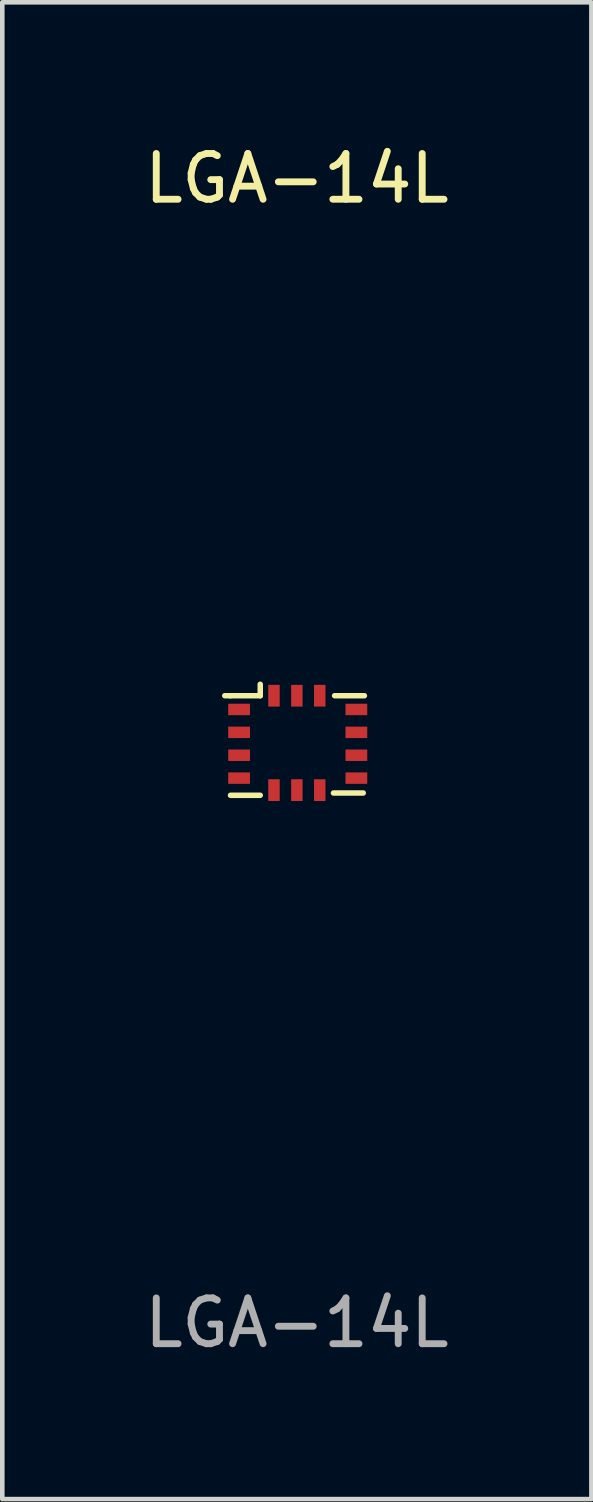
<source format=kicad_pcb>
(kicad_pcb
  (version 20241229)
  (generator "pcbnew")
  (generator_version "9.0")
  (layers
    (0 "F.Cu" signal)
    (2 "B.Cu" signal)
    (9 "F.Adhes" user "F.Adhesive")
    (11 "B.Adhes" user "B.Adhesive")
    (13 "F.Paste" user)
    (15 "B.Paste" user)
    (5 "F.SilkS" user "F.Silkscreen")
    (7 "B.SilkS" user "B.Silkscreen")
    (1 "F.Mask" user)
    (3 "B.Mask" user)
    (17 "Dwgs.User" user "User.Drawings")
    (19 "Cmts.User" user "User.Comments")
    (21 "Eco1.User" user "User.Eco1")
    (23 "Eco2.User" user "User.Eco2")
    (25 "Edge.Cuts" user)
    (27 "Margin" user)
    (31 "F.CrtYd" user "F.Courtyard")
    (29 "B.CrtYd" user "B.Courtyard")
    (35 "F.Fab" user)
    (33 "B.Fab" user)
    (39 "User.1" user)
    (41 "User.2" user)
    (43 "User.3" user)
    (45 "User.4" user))
  (footprint "LGA-14L"
    (layer "F.Cu")
    (at 3.435 13.148)
    (property "Reference" "LGA-14L" (at 0 -12.3 0) (unlocked yes) (layer "F.SilkS") (effects (font (size 1 1) (thickness 0.15))))
    (attr smd)
    (fp_line (start -1.45 -1) (end -1.575 -1) (stroke (width 0.12) (type solid)) (layer "F.SilkS"))
    (fp_line (start -1.45 -1) (end -0.8 -1) (stroke (width 0.12) (type solid)) (layer "F.SilkS"))
    (fp_line (start -1.45 1.175) (end -0.8 1.175) (stroke (width 0.12) (type solid)) (layer "F.SilkS"))
    (fp_line (start -0.8 -1) (end -0.8 -1.25) (stroke (width 0.12) (type solid)) (layer "F.SilkS"))
    (fp_line (start 0.8 1.125) (end 1.45 1.125) (stroke (width 0.12) (type solid)) (layer "F.SilkS"))
    (fp_line (start 0.825 -1) (end 1.475 -1) (stroke (width 0.12) (type solid)) (layer "F.SilkS"))
    (fp_text user "${REFERENCE}" (at 0 12.7 0) (unlocked yes) (layer "F.Fab") (effects (font (size 1 1) (thickness 0.15))))
    (pad "1" smd rect (at -1.262 -0.7 90) (size 0.25 0.475) (layers "F.Cu" "F.Mask" "F.Paste"))
    (pad "2" smd rect (at -1.262 -0.2 90) (size 0.25 0.475) (layers "F.Cu" "F.Mask" "F.Paste"))
    (pad "3" smd rect (at -1.262 0.3 90) (size 0.25 0.475) (layers "F.Cu" "F.Mask" "F.Paste"))
    (pad "4" smd rect (at -1.262 0.8 90) (size 0.25 0.475) (layers "F.Cu" "F.Mask" "F.Paste"))
    (pad "5" smd rect (at -0.5 1.062 180) (size 0.25 0.475) (layers "F.Cu" "F.Mask" "F.Paste"))
    (pad "6" smd rect (at 0 1.062 180) (size 0.25 0.475) (layers "F.Cu" "F.Mask" "F.Paste"))
    (pad "7" smd rect (at 0.5 1.062 180) (size 0.25 0.475) (layers "F.Cu" "F.Mask" "F.Paste"))
    (pad "8" smd rect (at 1.3 0.8 90) (size 0.25 0.475) (layers "F.Cu" "F.Mask" "F.Paste"))
    (pad "9" smd rect (at 1.3 0.3 90) (size 0.25 0.475) (layers "F.Cu" "F.Mask" "F.Paste"))
    (pad "10" smd rect (at 1.3 -0.2 90) (size 0.25 0.475) (layers "F.Cu" "F.Mask" "F.Paste"))
    (pad "11" smd rect (at 1.3 -0.7 90) (size 0.25 0.475) (layers "F.Cu" "F.Mask" "F.Paste"))
    (pad "12" smd rect (at 0.5 -1 180) (size 0.25 0.475) (layers "F.Cu" "F.Mask" "F.Paste"))
    (pad "13" smd rect (at 0 -1 180) (size 0.25 0.475) (layers "F.Cu" "F.Mask" "F.Paste"))
    (pad "14" smd rect (at -0.5 -1 180) (size 0.25 0.475) (layers "F.Cu" "F.Mask" "F.Paste"))
    (zone (net_name "") (layer "F.Cu") (hatch full 0.508) (connect_pads) (min_thickness 0.254) (filled_areas_thickness no) (keepout (tracks not_allowed) (vias not_allowed) (pads not_allowed) (copperpour not_allowed) (footprints allowed)) (placement (enabled no)) (fill) (polygon (pts (xy 4.497 12.386) (xy 4.497 13.973) (xy 2.41 13.973) (xy 2.41 12.386)))))
  (gr_rect
    (start -3 -3)
    (end 9.869 29.697)
    (stroke (width 0.1) (type default))
    (fill no)
    (layer "Edge.Cuts")))
</source>
